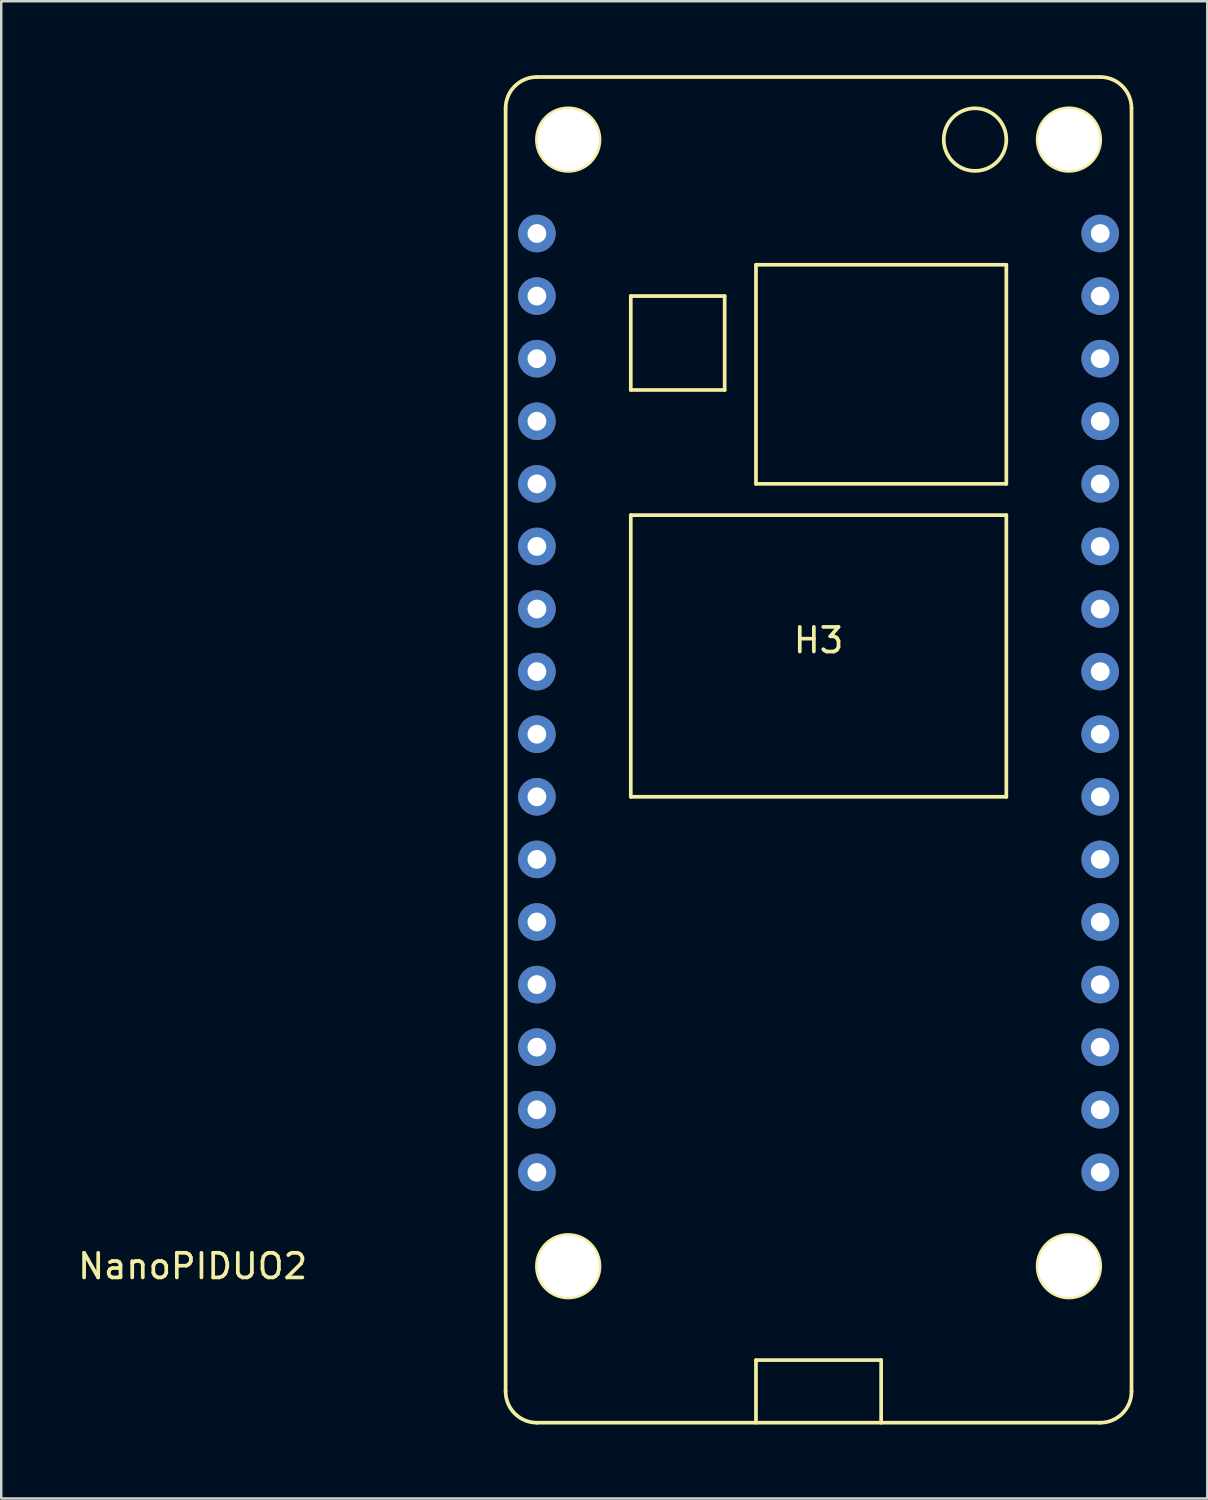
<source format=kicad_pcb>
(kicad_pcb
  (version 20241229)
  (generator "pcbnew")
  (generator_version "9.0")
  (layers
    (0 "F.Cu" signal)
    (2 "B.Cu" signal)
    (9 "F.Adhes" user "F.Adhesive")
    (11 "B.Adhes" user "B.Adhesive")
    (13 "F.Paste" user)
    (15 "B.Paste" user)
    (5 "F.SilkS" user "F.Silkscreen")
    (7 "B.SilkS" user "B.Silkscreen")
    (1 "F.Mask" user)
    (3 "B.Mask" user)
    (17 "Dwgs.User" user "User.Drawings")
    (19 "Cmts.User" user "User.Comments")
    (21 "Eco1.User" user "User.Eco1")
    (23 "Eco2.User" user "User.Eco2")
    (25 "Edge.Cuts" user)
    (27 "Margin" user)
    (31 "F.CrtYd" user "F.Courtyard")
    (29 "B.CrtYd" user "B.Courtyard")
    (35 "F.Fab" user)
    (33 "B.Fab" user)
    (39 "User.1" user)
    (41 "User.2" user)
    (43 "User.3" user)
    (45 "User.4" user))
  (footprint "NanoPIDUO2"
    (layer "F.Cu")
    (at 17.468 45.795)
    (property "Reference" "NanoPIDUO2" (at -12.7 2.54 0) (layer "F.SilkS") (effects (font (size 1 1) (thickness 0.15))))
    (attr through_hole)
    (fp_line (start 0 -44.45) (end 0 7.62) (stroke (width 0.15) (type solid)) (layer "F.SilkS"))
    (fp_line (start 1.27 -45.72) (end 24.13 -45.72) (stroke (width 0.15) (type solid)) (layer "F.SilkS"))
    (fp_line (start 1.27 8.89) (end 24.13 8.89) (stroke (width 0.15) (type solid)) (layer "F.SilkS"))
    (fp_line (start 5.08 -36.83) (end 8.89 -36.83) (stroke (width 0.15) (type solid)) (layer "F.SilkS"))
    (fp_line (start 5.08 -33.02) (end 5.08 -36.83) (stroke (width 0.15) (type solid)) (layer "F.SilkS"))
    (fp_line (start 5.08 -27.94) (end 20.32 -27.94) (stroke (width 0.15) (type solid)) (layer "F.SilkS"))
    (fp_line (start 5.08 -16.51) (end 5.08 -27.94) (stroke (width 0.15) (type solid)) (layer "F.SilkS"))
    (fp_line (start 8.89 -36.83) (end 8.89 -33.02) (stroke (width 0.15) (type solid)) (layer "F.SilkS"))
    (fp_line (start 8.89 -33.02) (end 5.08 -33.02) (stroke (width 0.15) (type solid)) (layer "F.SilkS"))
    (fp_line (start 10.16 -38.1) (end 20.32 -38.1) (stroke (width 0.15) (type solid)) (layer "F.SilkS"))
    (fp_line (start 10.16 -29.21) (end 10.16 -38.1) (stroke (width 0.15) (type solid)) (layer "F.SilkS"))
    (fp_line (start 10.16 6.35) (end 15.24 6.35) (stroke (width 0.15) (type solid)) (layer "F.SilkS"))
    (fp_line (start 10.16 8.89) (end 10.16 6.35) (stroke (width 0.15) (type solid)) (layer "F.SilkS"))
    (fp_line (start 15.24 6.35) (end 15.24 8.89) (stroke (width 0.15) (type solid)) (layer "F.SilkS"))
    (fp_line (start 20.32 -38.1) (end 20.32 -29.21) (stroke (width 0.15) (type solid)) (layer "F.SilkS"))
    (fp_line (start 20.32 -29.21) (end 10.16 -29.21) (stroke (width 0.15) (type solid)) (layer "F.SilkS"))
    (fp_line (start 20.32 -27.94) (end 20.32 -16.51) (stroke (width 0.15) (type solid)) (layer "F.SilkS"))
    (fp_line (start 20.32 -16.51) (end 5.08 -16.51) (stroke (width 0.15) (type solid)) (layer "F.SilkS"))
    (fp_line (start 25.4 7.62) (end 25.4 -44.45) (stroke (width 0.15) (type solid)) (layer "F.SilkS"))
    (fp_arc (start 0 -44.45) (mid 0.371974 -45.348026) (end 1.27 -45.72) (stroke (width 0.15) (type solid)) (layer "F.SilkS"))
    (fp_arc (start 1.27 8.89) (mid 0.371974 8.518026) (end 0 7.62) (stroke (width 0.15) (type solid)) (layer "F.SilkS"))
    (fp_arc (start 24.13 -45.72) (mid 25.028026 -45.348026) (end 25.4 -44.45) (stroke (width 0.15) (type solid)) (layer "F.SilkS"))
    (fp_arc (start 25.4 7.62) (mid 25.028026 8.518026) (end 24.13 8.89) (stroke (width 0.15) (type solid)) (layer "F.SilkS"))
    (fp_circle (center 2.54 -43.18) (end 3.81 -43.18) (stroke (width 0.15) (type solid)) (fill no) (layer "F.SilkS"))
    (fp_circle (center 2.54 2.54) (end 3.81 2.54) (stroke (width 0.15) (type solid)) (fill no) (layer "F.SilkS"))
    (fp_circle (center 19.05 -43.18) (end 19.05 -44.45) (stroke (width 0.15) (type solid)) (fill no) (layer "F.SilkS"))
    (fp_circle (center 22.86 -43.18) (end 24.13 -43.18) (stroke (width 0.15) (type solid)) (fill no) (layer "F.SilkS"))
    (fp_circle (center 22.86 2.54) (end 24.13 2.54) (stroke (width 0.15) (type solid)) (fill no) (layer "F.SilkS"))
    (fp_text user "H3" (at 12.7 -22.86 0) (layer "F.SilkS") (effects (font (size 1 1) (thickness 0.15))))
    (pad "" np_thru_hole circle (at 2.54 -43.18) (size 2.5 2.5) (drill 2.5) (layers "*.Cu" "*.Mask"))
    (pad "" np_thru_hole circle (at 2.54 2.54) (size 2.5 2.5) (drill 2.5) (layers "*.Cu" "*.Mask"))
    (pad "" np_thru_hole circle (at 22.86 -43.18) (size 2.5 2.5) (drill 2.5) (layers "*.Cu" "*.Mask"))
    (pad "" np_thru_hole circle (at 22.86 2.54) (size 2.5 2.5) (drill 2.5) (layers "*.Cu" "*.Mask"))
    (pad "1" thru_hole circle (at 1.27 -39.37) (size 1.524 1.524) (drill 0.762) (layers "*.Cu" "*.Mask"))
    (pad "2" thru_hole circle (at 1.27 -36.83) (size 1.524 1.524) (drill 0.762) (layers "*.Cu" "*.Mask"))
    (pad "3" thru_hole circle (at 1.27 -34.29) (size 1.524 1.524) (drill 0.762) (layers "*.Cu" "*.Mask"))
    (pad "4" thru_hole circle (at 1.27 -31.75) (size 1.524 1.524) (drill 0.762) (layers "*.Cu" "*.Mask"))
    (pad "5" thru_hole circle (at 1.27 -29.21) (size 1.524 1.524) (drill 0.762) (layers "*.Cu" "*.Mask"))
    (pad "6" thru_hole circle (at 1.27 -26.67) (size 1.524 1.524) (drill 0.762) (layers "*.Cu" "*.Mask"))
    (pad "7" thru_hole circle (at 1.27 -24.13) (size 1.524 1.524) (drill 0.762) (layers "*.Cu" "*.Mask"))
    (pad "8" thru_hole circle (at 1.27 -21.59) (size 1.524 1.524) (drill 0.762) (layers "*.Cu" "*.Mask"))
    (pad "9" thru_hole circle (at 1.27 -19.05) (size 1.524 1.524) (drill 0.762) (layers "*.Cu" "*.Mask"))
    (pad "10" thru_hole circle (at 1.27 -16.51) (size 1.524 1.524) (drill 0.762) (layers "*.Cu" "*.Mask"))
    (pad "11" thru_hole circle (at 1.27 -13.97) (size 1.524 1.524) (drill 0.762) (layers "*.Cu" "*.Mask"))
    (pad "12" thru_hole circle (at 1.27 -11.43) (size 1.524 1.524) (drill 0.762) (layers "*.Cu" "*.Mask"))
    (pad "13" thru_hole circle (at 1.27 -8.89) (size 1.524 1.524) (drill 0.762) (layers "*.Cu" "*.Mask"))
    (pad "14" thru_hole circle (at 1.27 -6.35) (size 1.524 1.524) (drill 0.762) (layers "*.Cu" "*.Mask"))
    (pad "15" thru_hole circle (at 1.27 -3.81) (size 1.524 1.524) (drill 0.762) (layers "*.Cu" "*.Mask"))
    (pad "16" thru_hole circle (at 1.27 -1.27) (size 1.524 1.524) (drill 0.762) (layers "*.Cu" "*.Mask"))
    (pad "17" thru_hole circle (at 24.13 -39.37) (size 1.524 1.524) (drill 0.762) (layers "*.Cu" "*.Mask"))
    (pad "18" thru_hole circle (at 24.13 -36.83) (size 1.524 1.524) (drill 0.762) (layers "*.Cu" "*.Mask"))
    (pad "19" thru_hole circle (at 24.13 -34.29) (size 1.524 1.524) (drill 0.762) (layers "*.Cu" "*.Mask"))
    (pad "20" thru_hole circle (at 24.13 -31.75) (size 1.524 1.524) (drill 0.762) (layers "*.Cu" "*.Mask"))
    (pad "21" thru_hole circle (at 24.13 -29.21) (size 1.524 1.524) (drill 0.762) (layers "*.Cu" "*.Mask"))
    (pad "22" thru_hole circle (at 24.13 -26.67) (size 1.524 1.524) (drill 0.762) (layers "*.Cu" "*.Mask"))
    (pad "23" thru_hole circle (at 24.13 -24.13) (size 1.524 1.524) (drill 0.762) (layers "*.Cu" "*.Mask"))
    (pad "24" thru_hole circle (at 24.13 -21.59) (size 1.524 1.524) (drill 0.762) (layers "*.Cu" "*.Mask"))
    (pad "25" thru_hole circle (at 24.13 -19.05) (size 1.524 1.524) (drill 0.762) (layers "*.Cu" "*.Mask"))
    (pad "26" thru_hole circle (at 24.13 -16.51) (size 1.524 1.524) (drill 0.762) (layers "*.Cu" "*.Mask"))
    (pad "27" thru_hole circle (at 24.13 -13.97) (size 1.524 1.524) (drill 0.762) (layers "*.Cu" "*.Mask"))
    (pad "28" thru_hole circle (at 24.13 -11.43) (size 1.524 1.524) (drill 0.762) (layers "*.Cu" "*.Mask"))
    (pad "29" thru_hole circle (at 24.13 -8.89) (size 1.524 1.524) (drill 0.762) (layers "*.Cu" "*.Mask"))
    (pad "30" thru_hole circle (at 24.13 -6.35) (size 1.524 1.524) (drill 0.762) (layers "*.Cu" "*.Mask"))
    (pad "31" thru_hole circle (at 24.13 -3.81) (size 1.524 1.524) (drill 0.762) (layers "*.Cu" "*.Mask"))
    (pad "32" thru_hole circle (at 24.13 -1.27) (size 1.524 1.524) (drill 0.762) (layers "*.Cu" "*.Mask")))
  (gr_rect
    (start -3 -3)
    (end 45.943 57.76)
    (stroke (width 0.1) (type default))
    (fill no)
    (layer "Edge.Cuts")))
</source>
